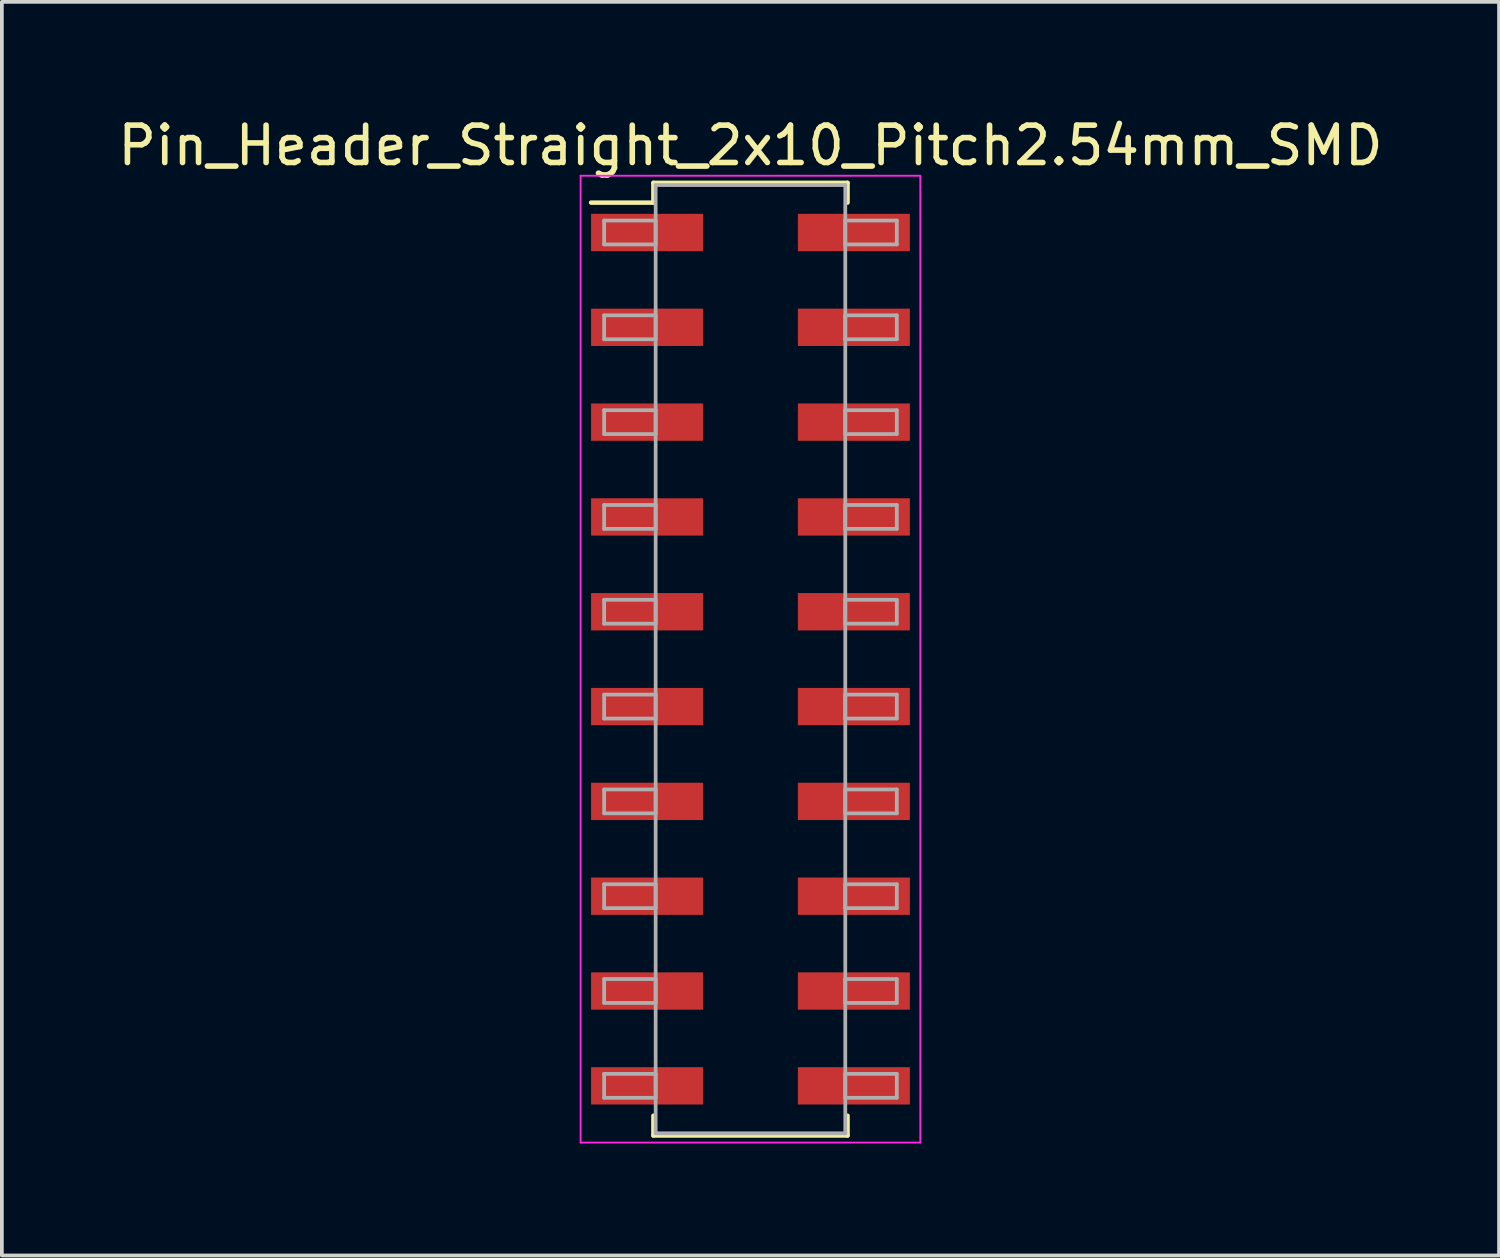
<source format=kicad_pcb>
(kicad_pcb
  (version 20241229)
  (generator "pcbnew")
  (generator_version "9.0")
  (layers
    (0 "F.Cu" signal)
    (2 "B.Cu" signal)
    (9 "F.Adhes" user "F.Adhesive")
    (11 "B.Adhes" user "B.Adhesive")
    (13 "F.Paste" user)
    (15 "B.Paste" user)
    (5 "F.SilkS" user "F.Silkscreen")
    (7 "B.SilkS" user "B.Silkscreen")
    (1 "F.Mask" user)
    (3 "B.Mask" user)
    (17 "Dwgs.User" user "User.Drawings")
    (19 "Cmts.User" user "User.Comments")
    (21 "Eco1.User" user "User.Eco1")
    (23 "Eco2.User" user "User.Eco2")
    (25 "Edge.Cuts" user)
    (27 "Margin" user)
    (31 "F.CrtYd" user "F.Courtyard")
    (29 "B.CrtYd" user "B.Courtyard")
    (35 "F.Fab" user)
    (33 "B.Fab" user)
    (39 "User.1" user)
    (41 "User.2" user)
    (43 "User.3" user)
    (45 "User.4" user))
  (footprint "Pin_Header_Straight_2x10_Pitch2.54mm_SMD"
    (layer "F.Cu")
    (at 17.054 14.608)
    (property "Reference" "Pin_Header_Straight_2x10_Pitch2.54mm_SMD" (at 0 -13.76 0) (layer "F.SilkS") (effects (font (size 1 1) (thickness 0.15))))
    (attr smd)
    (fp_line (start -4.27 -12.23) (end -2.6 -12.23) (stroke (width 0.12) (type solid)) (layer "F.SilkS"))
    (fp_line (start -2.6 -12.76) (end 2.6 -12.76) (stroke (width 0.12) (type solid)) (layer "F.SilkS"))
    (fp_line (start -2.6 -12.23) (end -2.6 -12.76) (stroke (width 0.12) (type solid)) (layer "F.SilkS"))
    (fp_line (start -2.6 12.23) (end -2.6 12.76) (stroke (width 0.12) (type solid)) (layer "F.SilkS"))
    (fp_line (start -2.6 12.76) (end 2.6 12.76) (stroke (width 0.12) (type solid)) (layer "F.SilkS"))
    (fp_line (start 2.6 -12.76) (end 2.6 -12.23) (stroke (width 0.12) (type solid)) (layer "F.SilkS"))
    (fp_line (start 2.6 12.76) (end 2.6 12.23) (stroke (width 0.12) (type solid)) (layer "F.SilkS"))
    (fp_line (start -4.55 -12.95) (end -4.55 12.95) (stroke (width 0.05) (type solid)) (layer "F.CrtYd"))
    (fp_line (start -4.55 12.95) (end 4.55 12.95) (stroke (width 0.05) (type solid)) (layer "F.CrtYd"))
    (fp_line (start 4.55 -12.95) (end -4.55 -12.95) (stroke (width 0.05) (type solid)) (layer "F.CrtYd"))
    (fp_line (start 4.55 12.95) (end 4.55 -12.95) (stroke (width 0.05) (type solid)) (layer "F.CrtYd"))
    (fp_line (start -3.92 -11.75) (end -2.54 -11.75) (stroke (width 0.1) (type solid)) (layer "F.Fab"))
    (fp_line (start -3.92 -11.11) (end -3.92 -11.75) (stroke (width 0.1) (type solid)) (layer "F.Fab"))
    (fp_line (start -3.92 -9.21) (end -2.54 -9.21) (stroke (width 0.1) (type solid)) (layer "F.Fab"))
    (fp_line (start -3.92 -8.57) (end -3.92 -9.21) (stroke (width 0.1) (type solid)) (layer "F.Fab"))
    (fp_line (start -3.92 -6.67) (end -2.54 -6.67) (stroke (width 0.1) (type solid)) (layer "F.Fab"))
    (fp_line (start -3.92 -6.03) (end -3.92 -6.67) (stroke (width 0.1) (type solid)) (layer "F.Fab"))
    (fp_line (start -3.92 -4.13) (end -2.54 -4.13) (stroke (width 0.1) (type solid)) (layer "F.Fab"))
    (fp_line (start -3.92 -3.49) (end -3.92 -4.13) (stroke (width 0.1) (type solid)) (layer "F.Fab"))
    (fp_line (start -3.92 -1.59) (end -2.54 -1.59) (stroke (width 0.1) (type solid)) (layer "F.Fab"))
    (fp_line (start -3.92 -0.95) (end -3.92 -1.59) (stroke (width 0.1) (type solid)) (layer "F.Fab"))
    (fp_line (start -3.92 0.95) (end -2.54 0.95) (stroke (width 0.1) (type solid)) (layer "F.Fab"))
    (fp_line (start -3.92 1.59) (end -3.92 0.95) (stroke (width 0.1) (type solid)) (layer "F.Fab"))
    (fp_line (start -3.92 3.49) (end -2.54 3.49) (stroke (width 0.1) (type solid)) (layer "F.Fab"))
    (fp_line (start -3.92 4.13) (end -3.92 3.49) (stroke (width 0.1) (type solid)) (layer "F.Fab"))
    (fp_line (start -3.92 6.03) (end -2.54 6.03) (stroke (width 0.1) (type solid)) (layer "F.Fab"))
    (fp_line (start -3.92 6.67) (end -3.92 6.03) (stroke (width 0.1) (type solid)) (layer "F.Fab"))
    (fp_line (start -3.92 8.57) (end -2.54 8.57) (stroke (width 0.1) (type solid)) (layer "F.Fab"))
    (fp_line (start -3.92 9.21) (end -3.92 8.57) (stroke (width 0.1) (type solid)) (layer "F.Fab"))
    (fp_line (start -3.92 11.11) (end -2.54 11.11) (stroke (width 0.1) (type solid)) (layer "F.Fab"))
    (fp_line (start -3.92 11.75) (end -3.92 11.11) (stroke (width 0.1) (type solid)) (layer "F.Fab"))
    (fp_line (start -2.54 -12.7) (end -2.54 12.7) (stroke (width 0.1) (type solid)) (layer "F.Fab"))
    (fp_line (start -2.54 -11.75) (end -2.54 -11.11) (stroke (width 0.1) (type solid)) (layer "F.Fab"))
    (fp_line (start -2.54 -11.11) (end -3.92 -11.11) (stroke (width 0.1) (type solid)) (layer "F.Fab"))
    (fp_line (start -2.54 -9.21) (end -2.54 -8.57) (stroke (width 0.1) (type solid)) (layer "F.Fab"))
    (fp_line (start -2.54 -8.57) (end -3.92 -8.57) (stroke (width 0.1) (type solid)) (layer "F.Fab"))
    (fp_line (start -2.54 -6.67) (end -2.54 -6.03) (stroke (width 0.1) (type solid)) (layer "F.Fab"))
    (fp_line (start -2.54 -6.03) (end -3.92 -6.03) (stroke (width 0.1) (type solid)) (layer "F.Fab"))
    (fp_line (start -2.54 -4.13) (end -2.54 -3.49) (stroke (width 0.1) (type solid)) (layer "F.Fab"))
    (fp_line (start -2.54 -3.49) (end -3.92 -3.49) (stroke (width 0.1) (type solid)) (layer "F.Fab"))
    (fp_line (start -2.54 -1.59) (end -2.54 -0.95) (stroke (width 0.1) (type solid)) (layer "F.Fab"))
    (fp_line (start -2.54 -0.95) (end -3.92 -0.95) (stroke (width 0.1) (type solid)) (layer "F.Fab"))
    (fp_line (start -2.54 0.95) (end -2.54 1.59) (stroke (width 0.1) (type solid)) (layer "F.Fab"))
    (fp_line (start -2.54 1.59) (end -3.92 1.59) (stroke (width 0.1) (type solid)) (layer "F.Fab"))
    (fp_line (start -2.54 3.49) (end -2.54 4.13) (stroke (width 0.1) (type solid)) (layer "F.Fab"))
    (fp_line (start -2.54 4.13) (end -3.92 4.13) (stroke (width 0.1) (type solid)) (layer "F.Fab"))
    (fp_line (start -2.54 6.03) (end -2.54 6.67) (stroke (width 0.1) (type solid)) (layer "F.Fab"))
    (fp_line (start -2.54 6.67) (end -3.92 6.67) (stroke (width 0.1) (type solid)) (layer "F.Fab"))
    (fp_line (start -2.54 8.57) (end -2.54 9.21) (stroke (width 0.1) (type solid)) (layer "F.Fab"))
    (fp_line (start -2.54 9.21) (end -3.92 9.21) (stroke (width 0.1) (type solid)) (layer "F.Fab"))
    (fp_line (start -2.54 11.11) (end -2.54 11.75) (stroke (width 0.1) (type solid)) (layer "F.Fab"))
    (fp_line (start -2.54 11.75) (end -3.92 11.75) (stroke (width 0.1) (type solid)) (layer "F.Fab"))
    (fp_line (start -2.54 12.7) (end 2.54 12.7) (stroke (width 0.1) (type solid)) (layer "F.Fab"))
    (fp_line (start 2.54 -12.7) (end -2.54 -12.7) (stroke (width 0.1) (type solid)) (layer "F.Fab"))
    (fp_line (start 2.54 -11.75) (end 2.54 -11.11) (stroke (width 0.1) (type solid)) (layer "F.Fab"))
    (fp_line (start 2.54 -11.11) (end 3.92 -11.11) (stroke (width 0.1) (type solid)) (layer "F.Fab"))
    (fp_line (start 2.54 -9.21) (end 2.54 -8.57) (stroke (width 0.1) (type solid)) (layer "F.Fab"))
    (fp_line (start 2.54 -8.57) (end 3.92 -8.57) (stroke (width 0.1) (type solid)) (layer "F.Fab"))
    (fp_line (start 2.54 -6.67) (end 2.54 -6.03) (stroke (width 0.1) (type solid)) (layer "F.Fab"))
    (fp_line (start 2.54 -6.03) (end 3.92 -6.03) (stroke (width 0.1) (type solid)) (layer "F.Fab"))
    (fp_line (start 2.54 -4.13) (end 2.54 -3.49) (stroke (width 0.1) (type solid)) (layer "F.Fab"))
    (fp_line (start 2.54 -3.49) (end 3.92 -3.49) (stroke (width 0.1) (type solid)) (layer "F.Fab"))
    (fp_line (start 2.54 -1.59) (end 2.54 -0.95) (stroke (width 0.1) (type solid)) (layer "F.Fab"))
    (fp_line (start 2.54 -0.95) (end 3.92 -0.95) (stroke (width 0.1) (type solid)) (layer "F.Fab"))
    (fp_line (start 2.54 0.95) (end 2.54 1.59) (stroke (width 0.1) (type solid)) (layer "F.Fab"))
    (fp_line (start 2.54 1.59) (end 3.92 1.59) (stroke (width 0.1) (type solid)) (layer "F.Fab"))
    (fp_line (start 2.54 3.49) (end 2.54 4.13) (stroke (width 0.1) (type solid)) (layer "F.Fab"))
    (fp_line (start 2.54 4.13) (end 3.92 4.13) (stroke (width 0.1) (type solid)) (layer "F.Fab"))
    (fp_line (start 2.54 6.03) (end 2.54 6.67) (stroke (width 0.1) (type solid)) (layer "F.Fab"))
    (fp_line (start 2.54 6.67) (end 3.92 6.67) (stroke (width 0.1) (type solid)) (layer "F.Fab"))
    (fp_line (start 2.54 8.57) (end 2.54 9.21) (stroke (width 0.1) (type solid)) (layer "F.Fab"))
    (fp_line (start 2.54 9.21) (end 3.92 9.21) (stroke (width 0.1) (type solid)) (layer "F.Fab"))
    (fp_line (start 2.54 11.11) (end 2.54 11.75) (stroke (width 0.1) (type solid)) (layer "F.Fab"))
    (fp_line (start 2.54 11.75) (end 3.92 11.75) (stroke (width 0.1) (type solid)) (layer "F.Fab"))
    (fp_line (start 2.54 12.7) (end 2.54 -12.7) (stroke (width 0.1) (type solid)) (layer "F.Fab"))
    (fp_line (start 3.92 -11.75) (end 2.54 -11.75) (stroke (width 0.1) (type solid)) (layer "F.Fab"))
    (fp_line (start 3.92 -11.11) (end 3.92 -11.75) (stroke (width 0.1) (type solid)) (layer "F.Fab"))
    (fp_line (start 3.92 -9.21) (end 2.54 -9.21) (stroke (width 0.1) (type solid)) (layer "F.Fab"))
    (fp_line (start 3.92 -8.57) (end 3.92 -9.21) (stroke (width 0.1) (type solid)) (layer "F.Fab"))
    (fp_line (start 3.92 -6.67) (end 2.54 -6.67) (stroke (width 0.1) (type solid)) (layer "F.Fab"))
    (fp_line (start 3.92 -6.03) (end 3.92 -6.67) (stroke (width 0.1) (type solid)) (layer "F.Fab"))
    (fp_line (start 3.92 -4.13) (end 2.54 -4.13) (stroke (width 0.1) (type solid)) (layer "F.Fab"))
    (fp_line (start 3.92 -3.49) (end 3.92 -4.13) (stroke (width 0.1) (type solid)) (layer "F.Fab"))
    (fp_line (start 3.92 -1.59) (end 2.54 -1.59) (stroke (width 0.1) (type solid)) (layer "F.Fab"))
    (fp_line (start 3.92 -0.95) (end 3.92 -1.59) (stroke (width 0.1) (type solid)) (layer "F.Fab"))
    (fp_line (start 3.92 0.95) (end 2.54 0.95) (stroke (width 0.1) (type solid)) (layer "F.Fab"))
    (fp_line (start 3.92 1.59) (end 3.92 0.95) (stroke (width 0.1) (type solid)) (layer "F.Fab"))
    (fp_line (start 3.92 3.49) (end 2.54 3.49) (stroke (width 0.1) (type solid)) (layer "F.Fab"))
    (fp_line (start 3.92 4.13) (end 3.92 3.49) (stroke (width 0.1) (type solid)) (layer "F.Fab"))
    (fp_line (start 3.92 6.03) (end 2.54 6.03) (stroke (width 0.1) (type solid)) (layer "F.Fab"))
    (fp_line (start 3.92 6.67) (end 3.92 6.03) (stroke (width 0.1) (type solid)) (layer "F.Fab"))
    (fp_line (start 3.92 8.57) (end 2.54 8.57) (stroke (width 0.1) (type solid)) (layer "F.Fab"))
    (fp_line (start 3.92 9.21) (end 3.92 8.57) (stroke (width 0.1) (type solid)) (layer "F.Fab"))
    (fp_line (start 3.92 11.11) (end 2.54 11.11) (stroke (width 0.1) (type solid)) (layer "F.Fab"))
    (fp_line (start 3.92 11.75) (end 3.92 11.11) (stroke (width 0.1) (type solid)) (layer "F.Fab"))
    (pad "1" smd rect (at -2.77 -11.43) (size 3 1) (layers "F.Cu" "F.Mask"))
    (pad "2" smd rect (at 2.77 -11.43) (size 3 1) (layers "F.Cu" "F.Mask"))
    (pad "3" smd rect (at -2.77 -8.89) (size 3 1) (layers "F.Cu" "F.Mask"))
    (pad "4" smd rect (at 2.77 -8.89) (size 3 1) (layers "F.Cu" "F.Mask"))
    (pad "5" smd rect (at -2.77 -6.35) (size 3 1) (layers "F.Cu" "F.Mask"))
    (pad "6" smd rect (at 2.77 -6.35) (size 3 1) (layers "F.Cu" "F.Mask"))
    (pad "7" smd rect (at -2.77 -3.81) (size 3 1) (layers "F.Cu" "F.Mask"))
    (pad "8" smd rect (at 2.77 -3.81) (size 3 1) (layers "F.Cu" "F.Mask"))
    (pad "9" smd rect (at -2.77 -1.27) (size 3 1) (layers "F.Cu" "F.Mask"))
    (pad "10" smd rect (at 2.77 -1.27) (size 3 1) (layers "F.Cu" "F.Mask"))
    (pad "11" smd rect (at -2.77 1.27) (size 3 1) (layers "F.Cu" "F.Mask"))
    (pad "12" smd rect (at 2.77 1.27) (size 3 1) (layers "F.Cu" "F.Mask"))
    (pad "13" smd rect (at -2.77 3.81) (size 3 1) (layers "F.Cu" "F.Mask"))
    (pad "14" smd rect (at 2.77 3.81) (size 3 1) (layers "F.Cu" "F.Mask"))
    (pad "15" smd rect (at -2.77 6.35) (size 3 1) (layers "F.Cu" "F.Mask"))
    (pad "16" smd rect (at 2.77 6.35) (size 3 1) (layers "F.Cu" "F.Mask"))
    (pad "17" smd rect (at -2.77 8.89) (size 3 1) (layers "F.Cu" "F.Mask"))
    (pad "18" smd rect (at 2.77 8.89) (size 3 1) (layers "F.Cu" "F.Mask"))
    (pad "19" smd rect (at -2.77 11.43) (size 3 1) (layers "F.Cu" "F.Mask"))
    (pad "20" smd rect (at 2.77 11.43) (size 3 1) (layers "F.Cu" "F.Mask")))
  (gr_rect
    (start -3 -3)
    (end 37.107 30.583)
    (stroke (width 0.1) (type default))
    (fill no)
    (layer "Edge.Cuts")))
</source>
